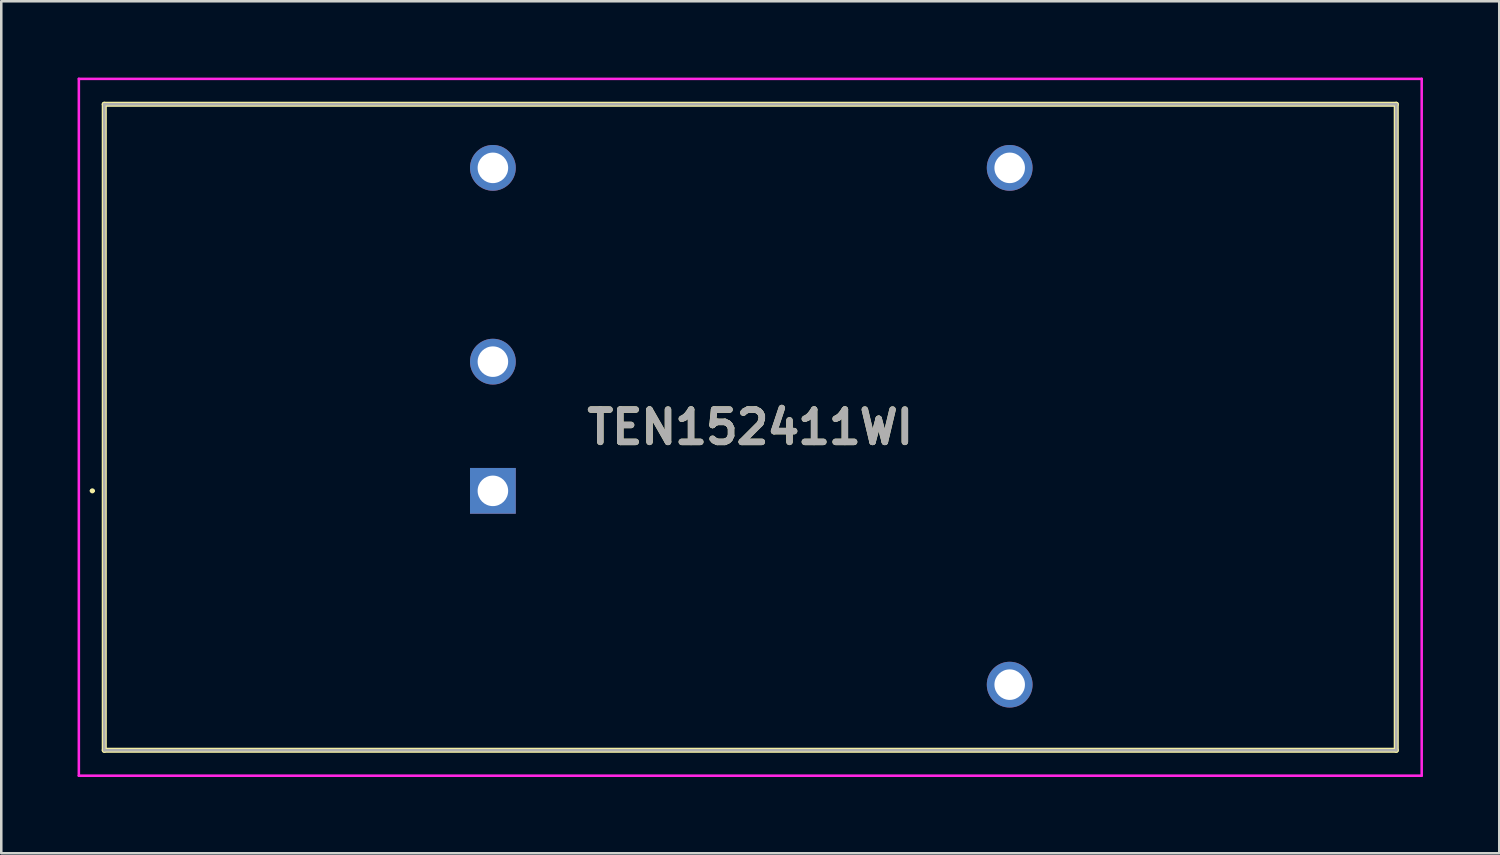
<source format=kicad_pcb>
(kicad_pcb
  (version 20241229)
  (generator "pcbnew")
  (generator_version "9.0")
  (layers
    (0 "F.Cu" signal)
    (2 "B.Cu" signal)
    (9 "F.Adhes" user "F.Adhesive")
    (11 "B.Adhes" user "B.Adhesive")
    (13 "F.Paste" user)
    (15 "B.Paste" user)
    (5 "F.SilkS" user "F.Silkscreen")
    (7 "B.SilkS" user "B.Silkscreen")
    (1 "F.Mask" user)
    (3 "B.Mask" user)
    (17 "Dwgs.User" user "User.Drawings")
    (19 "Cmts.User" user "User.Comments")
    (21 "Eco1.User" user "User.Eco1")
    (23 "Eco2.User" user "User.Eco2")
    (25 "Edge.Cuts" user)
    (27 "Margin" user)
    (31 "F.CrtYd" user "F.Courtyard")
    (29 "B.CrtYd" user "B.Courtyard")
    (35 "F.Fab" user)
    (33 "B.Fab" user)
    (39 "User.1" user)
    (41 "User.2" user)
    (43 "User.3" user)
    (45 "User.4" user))
  (footprint "TEN152411WI"
    (layer "F.Cu")
    (at 16.33 16.25)
    (property "Reference" "TEN152411WI" (at 10.12 -2.5 0) (layer "F.SilkS") (effects (font (size 1.27 1.27) (thickness 0.254))))
    (attr through_hole)
    (fp_line (start -15.8 0) (end -15.8 0) (stroke (width 0.1) (type solid)) (layer "F.SilkS"))
    (fp_line (start -15.7 0) (end -15.7 0) (stroke (width 0.1) (type solid)) (layer "F.SilkS"))
    (fp_line (start -15.28 -15.2) (end 35.52 -15.2) (stroke (width 0.2) (type solid)) (layer "F.SilkS"))
    (fp_line (start -15.28 10.2) (end -15.28 -15.2) (stroke (width 0.2) (type solid)) (layer "F.SilkS"))
    (fp_line (start 35.52 -15.2) (end 35.52 10.2) (stroke (width 0.2) (type solid)) (layer "F.SilkS"))
    (fp_line (start 35.52 10.2) (end -15.28 10.2) (stroke (width 0.2) (type solid)) (layer "F.SilkS"))
    (fp_arc (start -15.8 0) (mid -15.75 -0.05) (end -15.7 0) (stroke (width 0.1) (type solid)) (layer "F.SilkS"))
    (fp_arc (start -15.7 0) (mid -15.75 0.05) (end -15.8 0) (stroke (width 0.1) (type solid)) (layer "F.SilkS"))
    (fp_line (start -16.28 -16.2) (end 36.52 -16.2) (stroke (width 0.1) (type solid)) (layer "F.CrtYd"))
    (fp_line (start -16.28 11.2) (end -16.28 -16.2) (stroke (width 0.1) (type solid)) (layer "F.CrtYd"))
    (fp_line (start 36.52 -16.2) (end 36.52 11.2) (stroke (width 0.1) (type solid)) (layer "F.CrtYd"))
    (fp_line (start 36.52 11.2) (end -16.28 11.2) (stroke (width 0.1) (type solid)) (layer "F.CrtYd"))
    (fp_line (start -15.28 -15.2) (end 35.52 -15.2) (stroke (width 0.1) (type solid)) (layer "F.Fab"))
    (fp_line (start -15.28 10.2) (end -15.28 -15.2) (stroke (width 0.1) (type solid)) (layer "F.Fab"))
    (fp_line (start 35.52 -15.2) (end 35.52 10.2) (stroke (width 0.1) (type solid)) (layer "F.Fab"))
    (fp_line (start 35.52 10.2) (end -15.28 10.2) (stroke (width 0.1) (type solid)) (layer "F.Fab"))
    (fp_text user "${REFERENCE}" (at 10.12 -2.5 0) (layer "F.Fab") (effects (font (size 1.27 1.27) (thickness 0.254))))
    (pad "1" thru_hole rect (at 0 0) (size 1.8 1.8) (drill 1.2) (layers "*.Cu" "*.Mask"))
    (pad "2" thru_hole circle (at 0 -5.08) (size 1.8 1.8) (drill 1.2) (layers "*.Cu" "*.Mask"))
    (pad "3" thru_hole circle (at 20.32 7.62) (size 1.8 1.8) (drill 1.2) (layers "*.Cu" "*.Mask"))
    (pad "5" thru_hole circle (at 20.32 -12.7) (size 1.8 1.8) (drill 1.2) (layers "*.Cu" "*.Mask"))
    (pad "6" thru_hole circle (at 0 -12.7) (size 1.8 1.8) (drill 1.2) (layers "*.Cu" "*.Mask")))
  (gr_rect
    (start -3 -3)
    (end 55.9 30.5)
    (stroke (width 0.1) (type default))
    (fill no)
    (layer "Edge.Cuts")))
</source>
